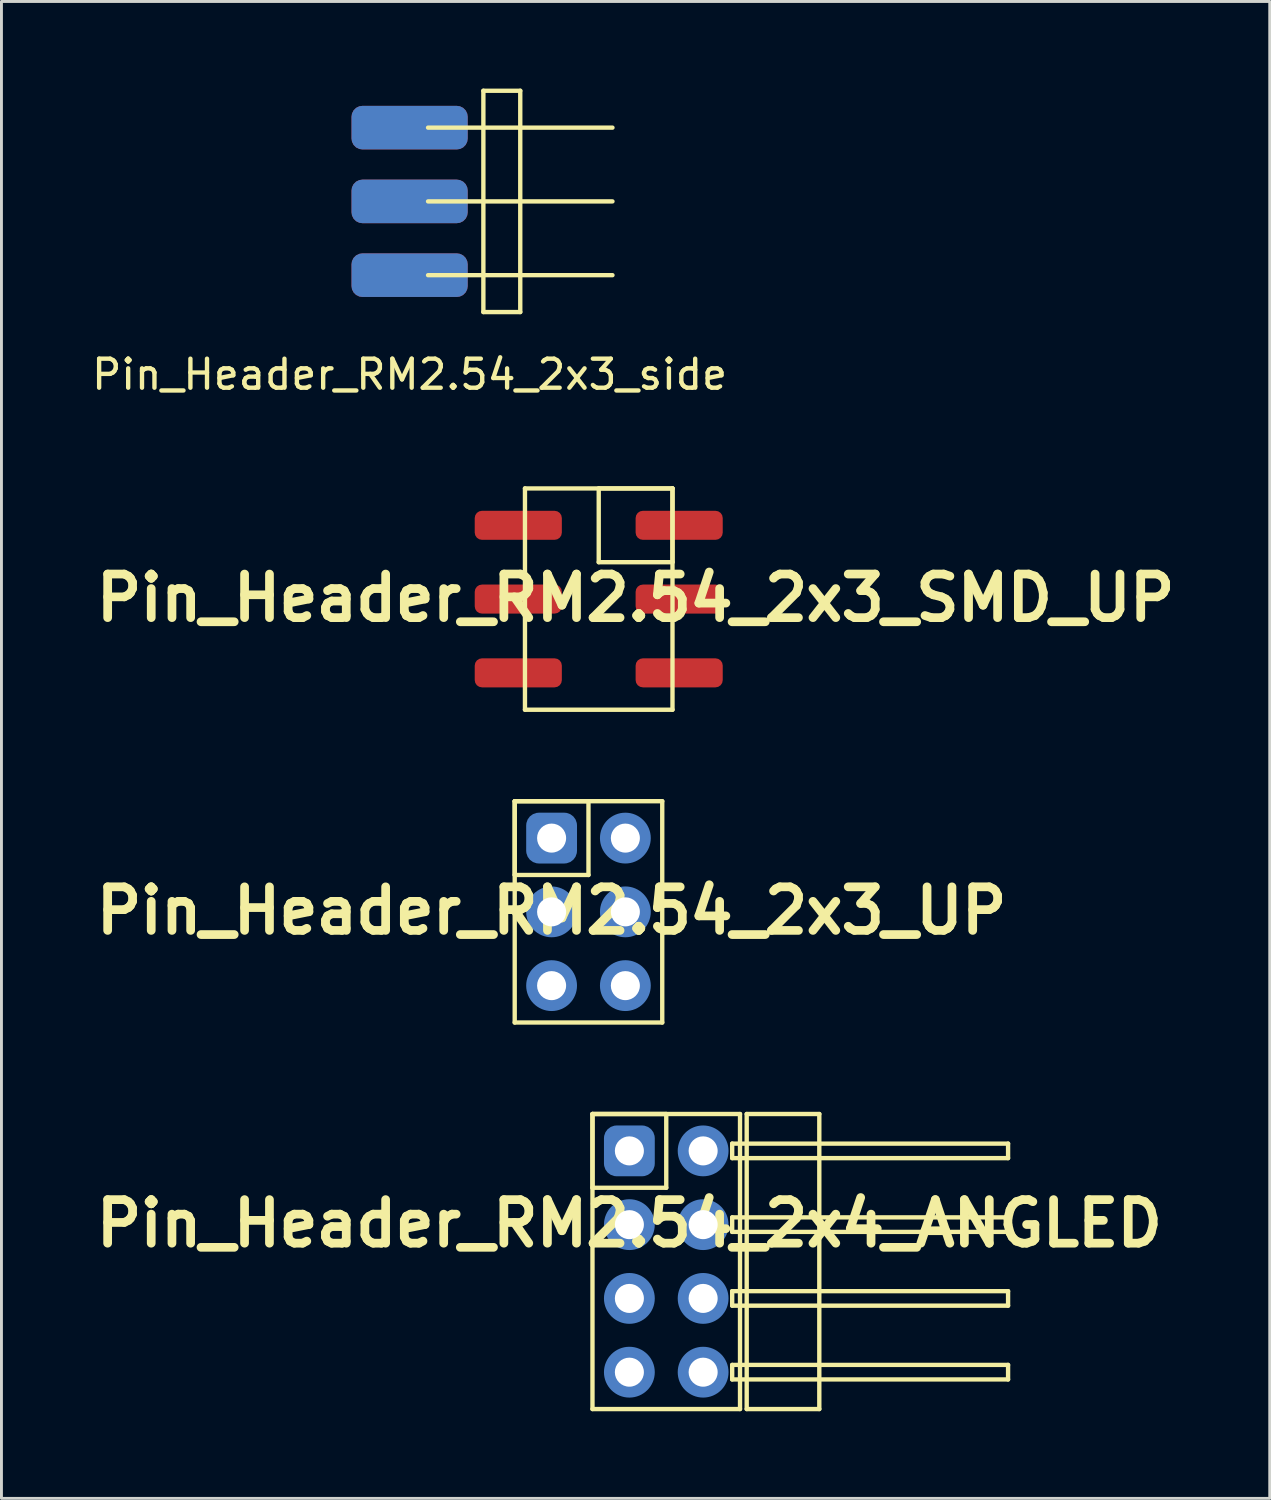
<source format=kicad_pcb>
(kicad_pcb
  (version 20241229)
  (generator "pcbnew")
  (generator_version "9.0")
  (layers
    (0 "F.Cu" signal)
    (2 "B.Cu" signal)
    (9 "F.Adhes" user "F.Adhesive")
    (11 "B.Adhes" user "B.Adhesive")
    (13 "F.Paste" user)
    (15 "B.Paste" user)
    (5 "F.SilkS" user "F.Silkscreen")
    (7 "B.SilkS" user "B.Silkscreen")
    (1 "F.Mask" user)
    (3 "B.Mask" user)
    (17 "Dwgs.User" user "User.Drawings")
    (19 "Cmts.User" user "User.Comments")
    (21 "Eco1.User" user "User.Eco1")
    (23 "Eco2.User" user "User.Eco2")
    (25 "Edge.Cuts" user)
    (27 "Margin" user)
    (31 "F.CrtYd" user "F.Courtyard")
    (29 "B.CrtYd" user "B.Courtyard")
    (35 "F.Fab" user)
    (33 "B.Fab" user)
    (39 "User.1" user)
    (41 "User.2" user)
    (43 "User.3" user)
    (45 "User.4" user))
  (footprint "Pin_Header_RM2.54_2x4_ANGLED"
    (layer "F.Cu")
    (at 18.621 36.578)
    (property "Reference" "Pin_Header_RM2.54_2x4_ANGLED" (at 0 2.5 0) (layer "F.SilkS") (effects (font (size 1.5 1.5) (thickness 0.3))))
    (attr through_hole)
    (fp_line (start -1.27 -1.27) (end 1.27 -1.27) (stroke (width 0.15) (type solid)) (layer "F.SilkS"))
    (fp_line (start -1.27 -1.27) (end 3.81 -1.27) (stroke (width 0.15) (type solid)) (layer "F.SilkS"))
    (fp_line (start -1.27 1.27) (end -1.27 -1.27) (stroke (width 0.15) (type solid)) (layer "F.SilkS"))
    (fp_line (start -1.27 8.89) (end -1.27 -1.27) (stroke (width 0.15) (type solid)) (layer "F.SilkS"))
    (fp_line (start 1.27 -1.27) (end 1.27 1.27) (stroke (width 0.15) (type solid)) (layer "F.SilkS"))
    (fp_line (start 1.27 1.27) (end -1.27 1.27) (stroke (width 0.15) (type solid)) (layer "F.SilkS"))
    (fp_line (start 3.54 -0.25) (end 13.04 -0.25) (stroke (width 0.15) (type solid)) (layer "F.SilkS"))
    (fp_line (start 3.54 0.25) (end 3.54 -0.25) (stroke (width 0.15) (type solid)) (layer "F.SilkS"))
    (fp_line (start 3.54 2.29) (end 13.04 2.29) (stroke (width 0.15) (type solid)) (layer "F.SilkS"))
    (fp_line (start 3.54 2.79) (end 3.54 2.29) (stroke (width 0.15) (type solid)) (layer "F.SilkS"))
    (fp_line (start 3.54 4.83) (end 13.04 4.83) (stroke (width 0.15) (type solid)) (layer "F.SilkS"))
    (fp_line (start 3.54 5.33) (end 3.54 4.83) (stroke (width 0.15) (type solid)) (layer "F.SilkS"))
    (fp_line (start 3.54 7.37) (end 13.04 7.37) (stroke (width 0.15) (type solid)) (layer "F.SilkS"))
    (fp_line (start 3.54 7.87) (end 3.54 7.37) (stroke (width 0.15) (type solid)) (layer "F.SilkS"))
    (fp_line (start 3.81 -1.27) (end 3.81 8.89) (stroke (width 0.15) (type solid)) (layer "F.SilkS"))
    (fp_line (start 3.81 8.89) (end -1.27 8.89) (stroke (width 0.15) (type solid)) (layer "F.SilkS"))
    (fp_line (start 4.04 -1.27) (end 6.54 -1.27) (stroke (width 0.15) (type solid)) (layer "F.SilkS"))
    (fp_line (start 4.04 8.89) (end 4.04 -1.27) (stroke (width 0.15) (type solid)) (layer "F.SilkS"))
    (fp_line (start 6.54 -1.27) (end 6.54 8.89) (stroke (width 0.15) (type solid)) (layer "F.SilkS"))
    (fp_line (start 6.54 8.89) (end 4.04 8.89) (stroke (width 0.15) (type solid)) (layer "F.SilkS"))
    (fp_line (start 13.04 -0.25) (end 13.04 0.25) (stroke (width 0.15) (type solid)) (layer "F.SilkS"))
    (fp_line (start 13.04 0.25) (end 3.54 0.25) (stroke (width 0.15) (type solid)) (layer "F.SilkS"))
    (fp_line (start 13.04 2.29) (end 13.04 2.79) (stroke (width 0.15) (type solid)) (layer "F.SilkS"))
    (fp_line (start 13.04 2.79) (end 3.54 2.79) (stroke (width 0.15) (type solid)) (layer "F.SilkS"))
    (fp_line (start 13.04 4.83) (end 13.04 5.33) (stroke (width 0.15) (type solid)) (layer "F.SilkS"))
    (fp_line (start 13.04 5.33) (end 3.54 5.33) (stroke (width 0.15) (type solid)) (layer "F.SilkS"))
    (fp_line (start 13.04 7.37) (end 13.04 7.87) (stroke (width 0.15) (type solid)) (layer "F.SilkS"))
    (fp_line (start 13.04 7.87) (end 3.54 7.87) (stroke (width 0.15) (type solid)) (layer "F.SilkS"))
    (pad "1" thru_hole circle (at 0 0) (size 1.3 1.3) (drill 1) (layers "*.Cu" "*.Mask"))
    (pad "1" smd roundrect (at 0 0) (size 1.5 1.5) (layers "F.Cu" "F.Mask") (roundrect_rratio 0.25))
    (pad "1" smd roundrect (at 0 0) (size 1.75 1.75) (layers "B.Cu" "B.Mask") (roundrect_rratio 0.25))
    (pad "2" thru_hole circle (at 2.54 0) (size 1.3 1.3) (drill 1) (layers "*.Cu" "*.Mask"))
    (pad "2" smd circle (at 2.54 0) (size 1.5 1.5) (layers "F.Cu" "F.Mask"))
    (pad "2" smd circle (at 2.54 0) (size 1.75 1.75) (layers "B.Cu" "B.Mask"))
    (pad "3" thru_hole circle (at 0 2.54) (size 1.3 1.3) (drill 1) (layers "*.Cu" "*.Mask"))
    (pad "3" smd circle (at 0 2.54) (size 1.5 1.5) (layers "F.Cu" "F.Mask"))
    (pad "3" smd circle (at 0 2.54) (size 1.75 1.75) (layers "B.Cu" "B.Mask"))
    (pad "4" thru_hole circle (at 2.54 2.54) (size 1.3 1.3) (drill 1) (layers "*.Cu" "*.Mask"))
    (pad "4" smd circle (at 2.54 2.54) (size 1.5 1.5) (layers "F.Cu" "F.Mask"))
    (pad "4" smd circle (at 2.54 2.54) (size 1.75 1.75) (layers "B.Cu" "B.Mask"))
    (pad "5" thru_hole circle (at 0 5.08) (size 1.3 1.3) (drill 1) (layers "*.Cu" "*.Mask"))
    (pad "5" smd circle (at 0 5.08) (size 1.5 1.5) (layers "F.Cu" "F.Mask"))
    (pad "5" smd circle (at 0 5.08) (size 1.75 1.75) (layers "B.Cu" "B.Mask"))
    (pad "6" thru_hole circle (at 2.54 5.08) (size 1.3 1.3) (drill 1) (layers "*.Cu" "*.Mask"))
    (pad "6" smd circle (at 2.54 5.08) (size 1.5 1.5) (layers "F.Cu" "F.Mask"))
    (pad "6" smd circle (at 2.54 5.08) (size 1.75 1.75) (layers "B.Cu" "B.Mask"))
    (pad "7" thru_hole circle (at 0 7.62) (size 1.3 1.3) (drill 1) (layers "*.Cu" "*.Mask"))
    (pad "7" smd circle (at 0 7.62) (size 1.5 1.5) (layers "F.Cu" "F.Mask"))
    (pad "7" smd circle (at 0 7.62) (size 1.75 1.75) (layers "B.Cu" "B.Mask"))
    (pad "8" thru_hole circle (at 2.54 7.62) (size 1.3 1.3) (drill 1) (layers "*.Cu" "*.Mask"))
    (pad "8" smd circle (at 2.54 7.62) (size 1.5 1.5) (layers "F.Cu" "F.Mask"))
    (pad "8" smd circle (at 2.54 7.62) (size 1.75 1.75) (layers "B.Cu" "B.Mask")))
  (footprint "Pin_Header_RM2.54_2x3_side"
    (layer "F.Cu")
    (at 11.054 1.345)
    (property "Reference" "Pin_Header_RM2.54_2x3_side" (at 0 8.5 0) (layer "F.SilkS") (effects (font (size 1 1) (thickness 0.15))))
    (attr through_hole)
    (fp_line (start 0.635 0) (end 6.985 0) (stroke (width 0.15) (type solid)) (layer "F.SilkS"))
    (fp_line (start 0.635 2.54) (end 6.985 2.54) (stroke (width 0.15) (type solid)) (layer "F.SilkS"))
    (fp_line (start 0.635 5.08) (end 6.985 5.08) (stroke (width 0.15) (type solid)) (layer "F.SilkS"))
    (fp_line (start 2.54 -1.27) (end 2.54 6.35) (stroke (width 0.15) (type solid)) (layer "F.SilkS"))
    (fp_line (start 2.54 6.35) (end 3.81 6.35) (stroke (width 0.15) (type solid)) (layer "F.SilkS"))
    (fp_line (start 3.81 -1.27) (end 2.54 -1.27) (stroke (width 0.15) (type solid)) (layer "F.SilkS"))
    (fp_line (start 3.81 6.35) (end 3.81 -1.27) (stroke (width 0.15) (type solid)) (layer "F.SilkS"))
    (pad "1" smd roundrect (at 0 0) (size 4 1.5) (layers "F.Cu" "F.Mask" "F.Paste") (roundrect_rratio 0.25))
    (pad "2" smd roundrect (at 0 0) (size 4 1.5) (layers "B.Cu" "B.Mask" "B.Paste") (roundrect_rratio 0.25))
    (pad "3" smd roundrect (at 0 2.54) (size 4 1.5) (layers "F.Cu" "F.Mask" "F.Paste") (roundrect_rratio 0.25))
    (pad "4" smd roundrect (at 0 2.54) (size 4 1.5) (layers "B.Cu" "B.Mask" "B.Paste") (roundrect_rratio 0.25))
    (pad "5" smd roundrect (at 0 5.08) (size 4 1.5) (layers "F.Cu" "F.Mask" "F.Paste") (roundrect_rratio 0.25))
    (pad "6" smd roundrect (at 0 5.08) (size 4 1.5) (layers "B.Cu" "B.Mask" "B.Paste") (roundrect_rratio 0.25)))
  (footprint "Pin_Header_RM2.54_2x3_UP"
    (layer "F.Cu")
    (at 15.943 25.808)
    (property "Reference" "Pin_Header_RM2.54_2x3_UP" (at 0 2.5 0) (layer "F.SilkS") (effects (font (size 1.5 1.5) (thickness 0.3))))
    (attr through_hole)
    (fp_line (start -1.27 -1.27) (end 1.27 -1.27) (stroke (width 0.15) (type solid)) (layer "F.SilkS"))
    (fp_line (start -1.27 -1.27) (end 3.81 -1.27) (stroke (width 0.15) (type solid)) (layer "F.SilkS"))
    (fp_line (start -1.27 1.27) (end -1.27 -1.27) (stroke (width 0.15) (type solid)) (layer "F.SilkS"))
    (fp_line (start -1.27 6.35) (end -1.27 -1.27) (stroke (width 0.15) (type solid)) (layer "F.SilkS"))
    (fp_line (start 1.27 -1.27) (end 1.27 1.27) (stroke (width 0.15) (type solid)) (layer "F.SilkS"))
    (fp_line (start 1.27 1.27) (end -1.27 1.27) (stroke (width 0.15) (type solid)) (layer "F.SilkS"))
    (fp_line (start 3.81 -1.27) (end 3.81 6.35) (stroke (width 0.15) (type solid)) (layer "F.SilkS"))
    (fp_line (start 3.81 6.35) (end -1.27 6.35) (stroke (width 0.15) (type solid)) (layer "F.SilkS"))
    (pad "1" thru_hole circle (at 0 0) (size 1.3 1.3) (drill 1) (layers "*.Cu" "*.Mask"))
    (pad "1" smd roundrect (at 0 0) (size 1.75 1.75) (layers "B.Cu" "B.Mask") (roundrect_rratio 0.25))
    (pad "2" thru_hole circle (at 2.54 0) (size 1.3 1.3) (drill 1) (layers "*.Cu" "*.Mask"))
    (pad "2" smd circle (at 2.54 0) (size 1.75 1.75) (layers "B.Cu" "B.Mask"))
    (pad "3" thru_hole circle (at 0 2.54) (size 1.3 1.3) (drill 1) (layers "*.Cu" "*.Mask"))
    (pad "3" smd circle (at 0 2.54) (size 1.75 1.75) (layers "B.Cu" "B.Mask"))
    (pad "4" thru_hole circle (at 2.54 2.54) (size 1.3 1.3) (drill 1) (layers "*.Cu" "*.Mask"))
    (pad "4" smd circle (at 2.54 2.54) (size 1.75 1.75) (layers "B.Cu" "B.Mask"))
    (pad "5" thru_hole circle (at 0 5.08) (size 1.3 1.3) (drill 1) (layers "*.Cu" "*.Mask"))
    (pad "5" smd circle (at 0 5.08) (size 1.75 1.75) (layers "B.Cu" "B.Mask"))
    (pad "6" thru_hole circle (at 2.54 5.08) (size 1.3 1.3) (drill 1) (layers "*.Cu" "*.Mask"))
    (pad "6" smd circle (at 2.54 5.08) (size 1.75 1.75) (layers "B.Cu" "B.Mask")))
  (footprint "Pin_Header_RM2.54_2x3_SMD_UP"
    (layer "F.Cu")
    (at 18.836 15.038)
    (property "Reference" "Pin_Header_RM2.54_2x3_SMD_UP" (at 0 2.5 0) (layer "F.SilkS") (effects (font (size 1.5 1.5) (thickness 0.3))))
    (attr through_hole)
    (fp_line (start -3.81 -1.27) (end 1.27 -1.27) (stroke (width 0.15) (type solid)) (layer "F.SilkS"))
    (fp_line (start -3.81 6.35) (end -3.81 -1.27) (stroke (width 0.15) (type solid)) (layer "F.SilkS"))
    (fp_line (start -1.27 -1.27) (end 1.27 -1.27) (stroke (width 0.15) (type solid)) (layer "F.SilkS"))
    (fp_line (start -1.27 1.27) (end -1.27 -1.27) (stroke (width 0.15) (type solid)) (layer "F.SilkS"))
    (fp_line (start 1.27 -1.27) (end 1.27 1.27) (stroke (width 0.15) (type solid)) (layer "F.SilkS"))
    (fp_line (start 1.27 -1.27) (end 1.27 6.35) (stroke (width 0.15) (type solid)) (layer "F.SilkS"))
    (fp_line (start 1.27 1.27) (end -1.27 1.27) (stroke (width 0.15) (type solid)) (layer "F.SilkS"))
    (fp_line (start 1.27 6.35) (end -3.81 6.35) (stroke (width 0.15) (type solid)) (layer "F.SilkS"))
    (pad "1" smd roundrect (at 1.5 0) (size 3 1) (layers "F.Cu" "F.Mask") (roundrect_rratio 0.25))
    (pad "2" smd roundrect (at -4.04 0) (size 3 1) (layers "F.Cu" "F.Mask") (roundrect_rratio 0.25))
    (pad "3" smd roundrect (at 1.5 2.54) (size 3 1) (layers "F.Cu" "F.Mask") (roundrect_rratio 0.25))
    (pad "4" smd roundrect (at -4.04 2.54) (size 3 1) (layers "F.Cu" "F.Mask") (roundrect_rratio 0.25))
    (pad "5" smd roundrect (at 1.5 5.08) (size 3 1) (layers "F.Cu" "F.Mask") (roundrect_rratio 0.25))
    (pad "6" smd roundrect (at -4.04 5.08) (size 3 1) (layers "F.Cu" "F.Mask") (roundrect_rratio 0.25)))
  (gr_rect
    (start -3 -3)
    (end 40.671 48.543)
    (stroke (width 0.1) (type default))
    (fill no)
    (layer "Edge.Cuts")))
</source>
